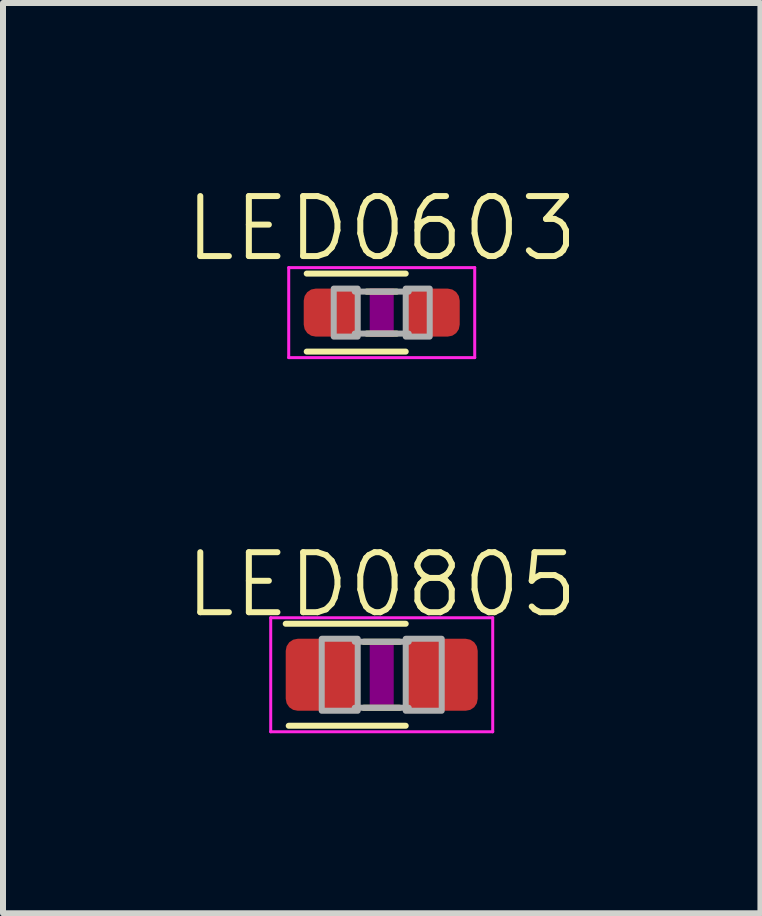
<source format=kicad_pcb>
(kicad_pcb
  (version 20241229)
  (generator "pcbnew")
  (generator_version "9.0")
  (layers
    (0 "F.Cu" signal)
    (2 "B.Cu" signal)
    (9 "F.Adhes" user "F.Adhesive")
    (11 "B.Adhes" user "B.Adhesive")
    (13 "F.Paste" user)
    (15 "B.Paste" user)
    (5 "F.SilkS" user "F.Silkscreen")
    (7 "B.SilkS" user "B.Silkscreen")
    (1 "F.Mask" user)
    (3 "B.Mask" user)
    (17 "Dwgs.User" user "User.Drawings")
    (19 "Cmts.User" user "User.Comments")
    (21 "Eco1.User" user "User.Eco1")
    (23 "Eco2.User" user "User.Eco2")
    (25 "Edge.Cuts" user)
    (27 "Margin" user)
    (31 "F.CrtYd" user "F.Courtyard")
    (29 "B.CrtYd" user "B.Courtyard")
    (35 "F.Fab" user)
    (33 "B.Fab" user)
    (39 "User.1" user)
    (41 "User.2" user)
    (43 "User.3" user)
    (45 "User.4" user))
  (footprint "LED0805"
    (layer "F.Cu")
    (at 3.312 8.196)
    (property "Reference" "LED0805" (at 0 -1.5 0) (layer "F.SilkS") (effects (font (size 1 1) (thickness 0.1))))
    (attr smd)
    (fp_line (start -1.6 -0.85) (end 0.4 -0.85) (stroke (width 0.1) (type default)) (layer "F.SilkS"))
    (fp_line (start -1.55 0.85) (end 0.4 0.85) (stroke (width 0.1) (type default)) (layer "F.SilkS"))
    (fp_line (start -0.3 -0.55) (end 0.3 -0.55) (stroke (width 0.1) (type solid)) (layer "F.SilkS"))
    (fp_line (start -0.3 0.55) (end 0.3 0.55) (stroke (width 0.1) (type solid)) (layer "F.SilkS"))
    (fp_poly (pts (xy -0.2 0.5) (xy 0.2 0.5) (xy 0.2 -0.5) (xy -0.2 -0.5)) (stroke (width 0) (type solid)) (fill yes) (layer "F.Adhes"))
    (fp_line (start -1.85 -0.95) (end 1.85 -0.95) (stroke (width 0.05) (type solid)) (layer "F.CrtYd"))
    (fp_line (start -1.85 0.95) (end -1.85 -0.95) (stroke (width 0.05) (type solid)) (layer "F.CrtYd"))
    (fp_line (start 1.85 -0.95) (end 1.85 0.95) (stroke (width 0.05) (type solid)) (layer "F.CrtYd"))
    (fp_line (start 1.85 0.95) (end -1.85 0.95) (stroke (width 0.05) (type solid)) (layer "F.CrtYd"))
    (fp_line (start -0.45 0.55) (end 0.45 0.55) (stroke (width 0.1) (type default)) (layer "F.Fab"))
    (fp_line (start 0.45 -0.55) (end -0.45 -0.55) (stroke (width 0.1) (type default)) (layer "F.Fab"))
    (fp_poly (pts (xy -1 0.6) (xy -0.4 0.6) (xy -0.4 -0.6) (xy -1 -0.6)) (stroke (width 0.1) (type solid)) (fill no) (layer "F.Fab"))
    (fp_poly (pts (xy 0.4 0.6) (xy 1 0.6) (xy 1 -0.6) (xy 0.4 -0.6)) (stroke (width 0.1) (type solid)) (fill no) (layer "F.Fab"))
    (pad "1" smd roundrect (at -1 0) (size 1.2 1.2) (layers "F.Cu" "F.Mask" "F.Paste") (roundrect_rratio 0.167))
    (pad "2" smd roundrect (at 1 0) (size 1.2 1.2) (layers "F.Cu" "F.Mask" "F.Paste") (roundrect_rratio 0.167)))
  (footprint "LED0603"
    (layer "F.Cu")
    (at 3.312 2.16)
    (property "Reference" "LED0603" (at 0 -1.4 0) (layer "F.SilkS") (effects (font (size 1 1) (thickness 0.1))))
    (attr smd)
    (fp_line (start -0.25 -0.35) (end 0.25 -0.35) (stroke (width 0.1) (type default)) (layer "F.SilkS"))
    (fp_line (start -0.25 0.35) (end 0.25 0.35) (stroke (width 0.1) (type default)) (layer "F.SilkS"))
    (fp_line (start 0.4 -0.65) (end -1.25 -0.65) (stroke (width 0.1) (type solid)) (layer "F.SilkS"))
    (fp_line (start 0.4 0.65) (end -1.25 0.65) (stroke (width 0.1) (type solid)) (layer "F.SilkS"))
    (fp_poly (pts (xy -0.2 0.4) (xy 0.2 0.4) (xy 0.2 -0.4) (xy -0.2 -0.4)) (stroke (width 0) (type solid)) (fill yes) (layer "F.Adhes"))
    (fp_line (start -1.55 -0.75) (end 1.55 -0.75) (stroke (width 0.05) (type solid)) (layer "F.CrtYd"))
    (fp_line (start -1.55 0.75) (end -1.55 -0.75) (stroke (width 0.05) (type solid)) (layer "F.CrtYd"))
    (fp_line (start 1.55 -0.75) (end 1.55 0.75) (stroke (width 0.05) (type solid)) (layer "F.CrtYd"))
    (fp_line (start 1.55 0.75) (end -1.55 0.75) (stroke (width 0.05) (type solid)) (layer "F.CrtYd"))
    (fp_line (start -0.45 0.35) (end 0.45 0.35) (stroke (width 0.1) (type solid)) (layer "F.Fab"))
    (fp_line (start 0.45 -0.35) (end -0.45 -0.35) (stroke (width 0.1) (type solid)) (layer "F.Fab"))
    (fp_poly (pts (xy -0.8 0.4) (xy -0.4 0.4) (xy -0.4 -0.4) (xy -0.8 -0.4)) (stroke (width 0.1) (type solid)) (fill no) (layer "F.Fab"))
    (fp_poly (pts (xy 0.4 0.4) (xy 0.8 0.4) (xy 0.8 -0.4) (xy 0.4 -0.4)) (stroke (width 0.1) (type solid)) (fill no) (layer "F.Fab"))
    (pad "1" smd roundrect (at -0.85 0) (size 0.9 0.8) (layers "F.Cu" "F.Mask" "F.Paste") (roundrect_rratio 0.25))
    (pad "2" smd roundrect (at 0.85 0) (size 0.9 0.8) (layers "F.Cu" "F.Mask" "F.Paste") (roundrect_rratio 0.25)))
  (gr_rect
    (start -3 -3)
    (end 9.624 12.171)
    (stroke (width 0.1) (type default))
    (fill no)
    (layer "Edge.Cuts")))
</source>
